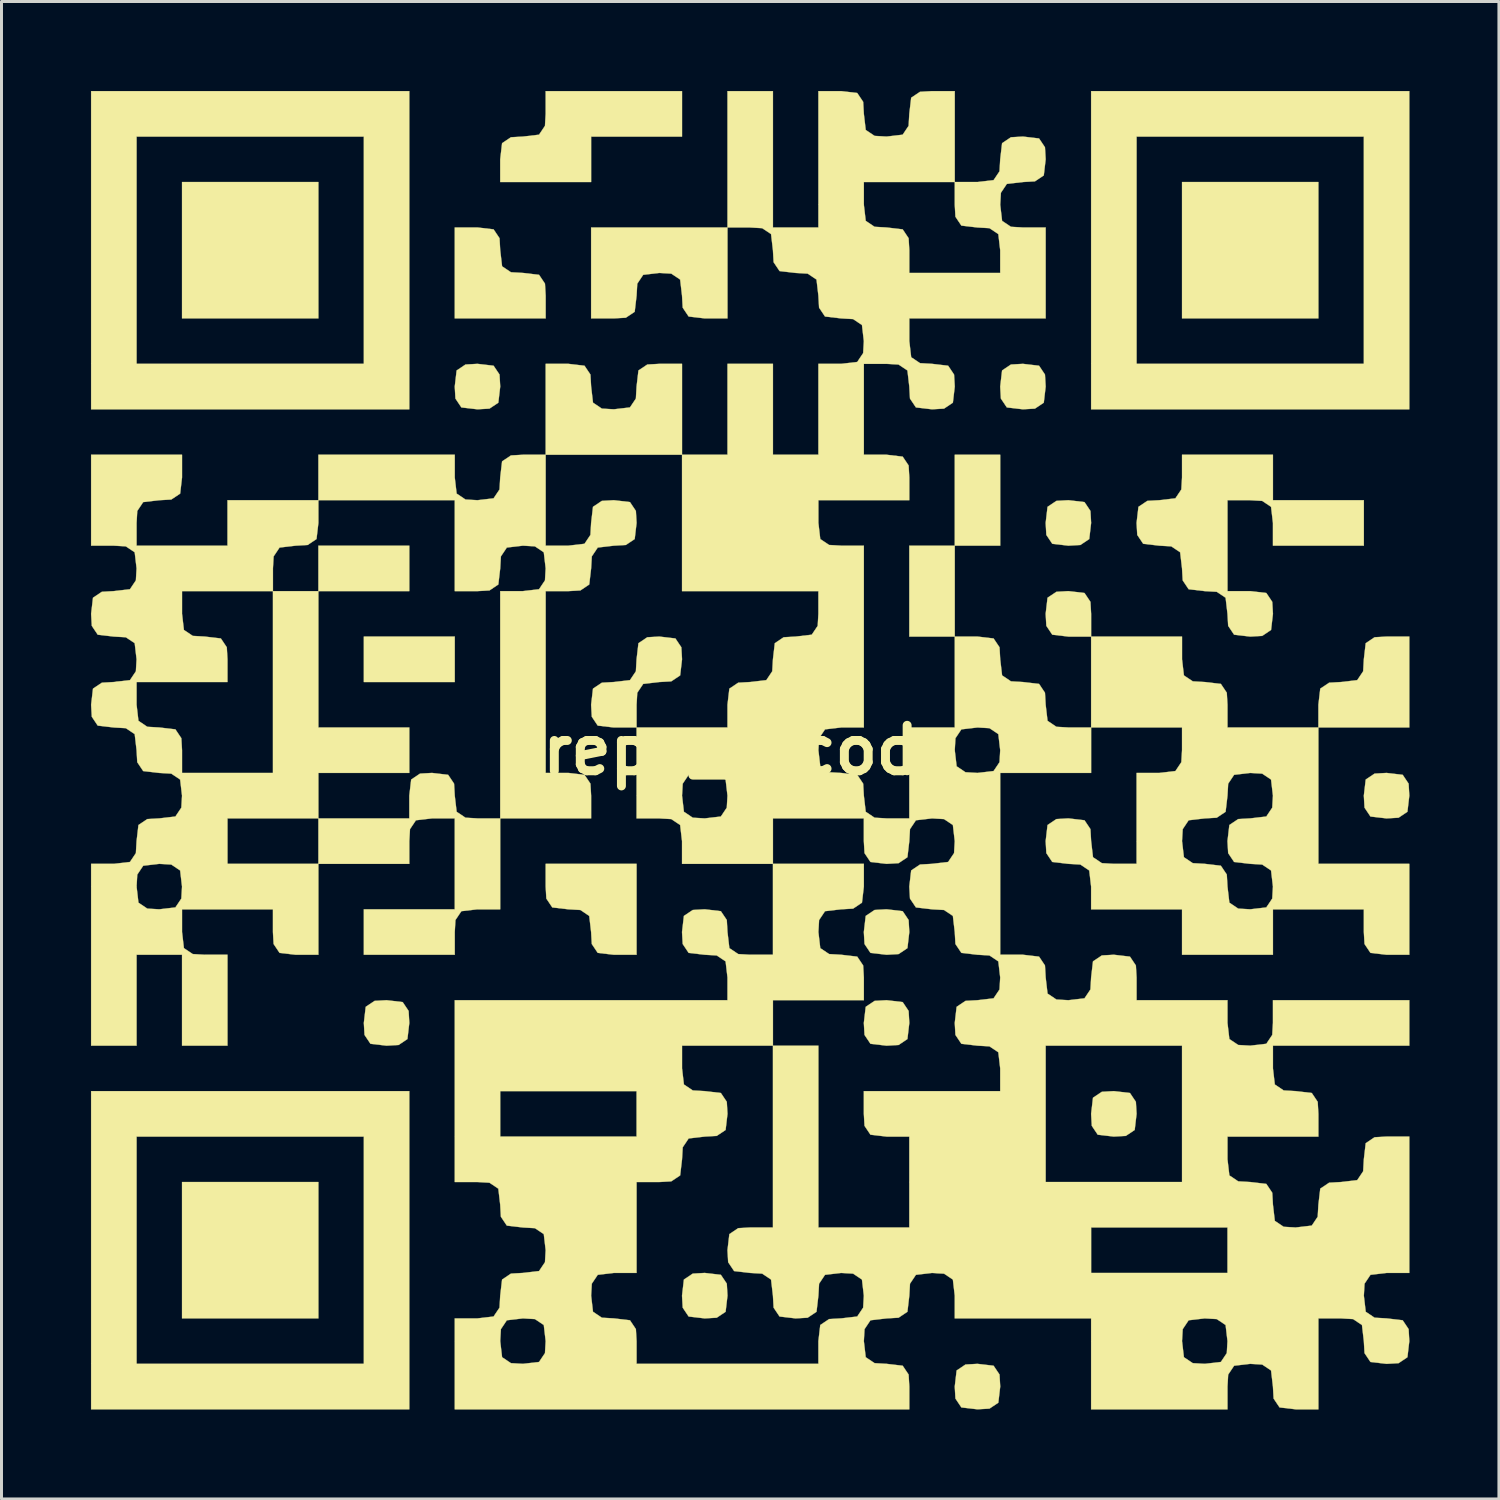
<source format=kicad_pcb>
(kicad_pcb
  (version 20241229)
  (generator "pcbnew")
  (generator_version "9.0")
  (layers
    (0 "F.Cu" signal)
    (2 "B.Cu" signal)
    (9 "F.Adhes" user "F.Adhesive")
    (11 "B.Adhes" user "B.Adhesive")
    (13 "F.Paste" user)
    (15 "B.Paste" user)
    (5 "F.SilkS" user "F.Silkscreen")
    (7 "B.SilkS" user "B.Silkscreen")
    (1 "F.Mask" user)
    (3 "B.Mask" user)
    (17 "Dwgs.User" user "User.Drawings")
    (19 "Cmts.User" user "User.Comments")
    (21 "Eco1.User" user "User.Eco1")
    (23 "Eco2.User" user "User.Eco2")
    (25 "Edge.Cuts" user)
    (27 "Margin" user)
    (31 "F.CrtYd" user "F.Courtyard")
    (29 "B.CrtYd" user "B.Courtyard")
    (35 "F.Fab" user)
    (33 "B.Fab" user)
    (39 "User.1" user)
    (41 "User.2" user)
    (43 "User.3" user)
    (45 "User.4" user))
  (footprint "repo_qrcode"
    (layer "F.Cu")
    (at 22.103 22.103)
    (property "Reference" "repo_qrcode" (at 0 0 0) (layer "F.SilkS") (effects (font (size 1.524 1.524) (thickness 0.3))))
    (attr through_hole)
    (fp_poly (pts (xy -14.478 -14.478) (xy -19.05 -14.478) (xy -19.05 -19.05) (xy -14.478 -19.05) (xy -14.478 -14.478)) (stroke (width 0.01) (type solid)) (fill yes) (layer "F.SilkS"))
    (fp_poly (pts (xy -14.478 19.05) (xy -19.05 19.05) (xy -19.05 14.478) (xy -14.478 14.478) (xy -14.478 19.05)) (stroke (width 0.01) (type solid)) (fill yes) (layer "F.SilkS"))
    (fp_poly (pts (xy -11.43 -5.334) (xy -14.478 -5.334) (xy -14.478 -6.858) (xy -11.43 -6.858) (xy -11.43 -5.334)) (stroke (width 0.01) (type solid)) (fill yes) (layer "F.SilkS"))
    (fp_poly (pts (xy -9.906 -2.286) (xy -12.954 -2.286) (xy -12.954 -3.81) (xy -9.906 -3.81) (xy -9.906 -2.286)) (stroke (width 0.01) (type solid)) (fill yes) (layer "F.SilkS"))
    (fp_poly (pts (xy 6.858 -9.906) (xy 8.382 -9.906) (xy 8.382 -6.858) (xy 6.858 -6.858) (xy 6.858 -9.906)) (stroke (width 0.01) (type solid)) (fill yes) (layer "F.SilkS"))
    (fp_poly (pts (xy 6.858 -3.81) (xy 5.334 -3.81) (xy 5.334 -6.858) (xy 6.858 -6.858) (xy 6.858 -3.81)) (stroke (width 0.01) (type solid)) (fill yes) (layer "F.SilkS"))
    (fp_poly (pts (xy 19.05 -14.478) (xy 14.478 -14.478) (xy 14.478 -19.05) (xy 19.05 -19.05) (xy 19.05 -14.478)) (stroke (width 0.01) (type solid)) (fill yes) (layer "F.SilkS"))
    (fp_poly (pts (xy -11.43 -11.43) (xy -22.098 -11.43) (xy -22.098 -20.574) (xy -20.574 -20.574) (xy -20.574 -12.954) (xy -12.954 -12.954) (xy -12.954 -20.574) (xy -20.574 -20.574) (xy -22.098 -20.574) (xy -22.098 -22.098) (xy -11.43 -22.098) (xy -11.43 -11.43)) (stroke (width 0.01) (type solid)) (fill yes) (layer "F.SilkS"))
    (fp_poly (pts (xy -11.43 22.098) (xy -22.098 22.098) (xy -22.098 12.954) (xy -20.574 12.954) (xy -20.574 20.574) (xy -12.954 20.574) (xy -12.954 12.954) (xy -20.574 12.954) (xy -22.098 12.954) (xy -22.098 11.43) (xy -11.43 11.43) (xy -11.43 22.098)) (stroke (width 0.01) (type solid)) (fill yes) (layer "F.SilkS"))
    (fp_poly (pts (xy 10.668 -3.81) (xy 10.128 -3.873) (xy 9.929 -4.17) (xy 9.906 -4.572) (xy 9.969 -5.112) (xy 10.266 -5.311) (xy 10.668 -5.334) (xy 11.208 -5.271) (xy 11.407 -4.974) (xy 11.43 -4.572) (xy 11.43 -3.81) (xy 10.668 -3.81)) (stroke (width 0.01) (type solid)) (fill yes) (layer "F.SilkS"))
    (fp_poly (pts (xy 22.098 -11.43) (xy 11.43 -11.43) (xy 11.43 -20.574) (xy 12.954 -20.574) (xy 12.954 -12.954) (xy 20.574 -12.954) (xy 20.574 -20.574) (xy 12.954 -20.574) (xy 11.43 -20.574) (xy 11.43 -22.098) (xy 22.098 -22.098) (xy 22.098 -11.43)) (stroke (width 0.01) (type solid)) (fill yes) (layer "F.SilkS"))
    (fp_poly (pts (xy -11.652 8.445) (xy -11.453 8.742) (xy -11.43 9.144) (xy -11.493 9.684) (xy -11.79 9.883) (xy -12.192 9.906) (xy -12.732 9.843) (xy -12.931 9.546) (xy -12.954 9.144) (xy -12.891 8.604) (xy -12.594 8.405) (xy -12.192 8.382) (xy -11.652 8.445)) (stroke (width 0.01) (type solid)) (fill yes) (layer "F.SilkS"))
    (fp_poly (pts (xy -8.604 -12.891) (xy -8.405 -12.594) (xy -8.382 -12.192) (xy -8.445 -11.652) (xy -8.742 -11.453) (xy -9.144 -11.43) (xy -9.684 -11.493) (xy -9.883 -11.79) (xy -9.906 -12.192) (xy -9.843 -12.732) (xy -9.546 -12.931) (xy -9.144 -12.954) (xy -8.604 -12.891)) (stroke (width 0.01) (type solid)) (fill yes) (layer "F.SilkS"))
    (fp_poly (pts (xy -0.984 17.589) (xy -0.785 17.886) (xy -0.762 18.288) (xy -0.825 18.828) (xy -1.122 19.027) (xy -1.524 19.05) (xy -2.064 18.987) (xy -2.263 18.69) (xy -2.286 18.288) (xy -2.223 17.748) (xy -1.926 17.549) (xy -1.524 17.526) (xy -0.984 17.589)) (stroke (width 0.01) (type solid)) (fill yes) (layer "F.SilkS"))
    (fp_poly (pts (xy 5.112 5.397) (xy 5.311 5.694) (xy 5.334 6.096) (xy 5.271 6.636) (xy 4.974 6.835) (xy 4.572 6.858) (xy 4.032 6.795) (xy 3.833 6.498) (xy 3.81 6.096) (xy 3.873 5.556) (xy 4.17 5.357) (xy 4.572 5.334) (xy 5.112 5.397)) (stroke (width 0.01) (type solid)) (fill yes) (layer "F.SilkS"))
    (fp_poly (pts (xy 5.112 8.445) (xy 5.311 8.742) (xy 5.334 9.144) (xy 5.271 9.684) (xy 4.974 9.883) (xy 4.572 9.906) (xy 4.032 9.843) (xy 3.833 9.546) (xy 3.81 9.144) (xy 3.873 8.604) (xy 4.17 8.405) (xy 4.572 8.382) (xy 5.112 8.445)) (stroke (width 0.01) (type solid)) (fill yes) (layer "F.SilkS"))
    (fp_poly (pts (xy 8.16 20.637) (xy 8.359 20.934) (xy 8.382 21.336) (xy 8.319 21.876) (xy 8.022 22.075) (xy 7.62 22.098) (xy 7.08 22.035) (xy 6.881 21.738) (xy 6.858 21.336) (xy 6.921 20.796) (xy 7.218 20.597) (xy 7.62 20.574) (xy 8.16 20.637)) (stroke (width 0.01) (type solid)) (fill yes) (layer "F.SilkS"))
    (fp_poly (pts (xy 9.684 -12.891) (xy 9.883 -12.594) (xy 9.906 -12.192) (xy 9.843 -11.652) (xy 9.546 -11.453) (xy 9.144 -11.43) (xy 8.604 -11.493) (xy 8.405 -11.79) (xy 8.382 -12.192) (xy 8.445 -12.732) (xy 8.742 -12.931) (xy 9.144 -12.954) (xy 9.684 -12.891)) (stroke (width 0.01) (type solid)) (fill yes) (layer "F.SilkS"))
    (fp_poly (pts (xy 11.208 -8.319) (xy 11.407 -8.022) (xy 11.43 -7.62) (xy 11.367 -7.08) (xy 11.07 -6.881) (xy 10.668 -6.858) (xy 10.128 -6.921) (xy 9.929 -7.218) (xy 9.906 -7.62) (xy 9.969 -8.16) (xy 10.266 -8.359) (xy 10.668 -8.382) (xy 11.208 -8.319)) (stroke (width 0.01) (type solid)) (fill yes) (layer "F.SilkS"))
    (fp_poly (pts (xy 12.732 11.493) (xy 12.931 11.79) (xy 12.954 12.192) (xy 12.891 12.732) (xy 12.594 12.931) (xy 12.192 12.954) (xy 11.652 12.891) (xy 11.453 12.594) (xy 11.43 12.192) (xy 11.493 11.652) (xy 11.79 11.453) (xy 12.192 11.43) (xy 12.732 11.493)) (stroke (width 0.01) (type solid)) (fill yes) (layer "F.SilkS"))
    (fp_poly (pts (xy 21.876 0.825) (xy 22.075 1.122) (xy 22.098 1.524) (xy 22.035 2.064) (xy 21.738 2.263) (xy 21.336 2.286) (xy 20.796 2.223) (xy 20.597 1.926) (xy 20.574 1.524) (xy 20.637 0.984) (xy 20.934 0.785) (xy 21.336 0.762) (xy 21.876 0.825)) (stroke (width 0.01) (type solid)) (fill yes) (layer "F.SilkS"))
    (fp_poly (pts (xy -8.604 -17.463) (xy -8.405 -17.166) (xy -8.382 -16.764) (xy -8.319 -16.224) (xy -8.022 -16.025) (xy -7.62 -16.002) (xy -7.08 -15.939) (xy -6.881 -15.642) (xy -6.858 -15.24) (xy -6.858 -14.478) (xy -9.906 -14.478) (xy -9.906 -17.526) (xy -9.144 -17.526) (xy -8.604 -17.463)) (stroke (width 0.01) (type solid)) (fill yes) (layer "F.SilkS"))
    (fp_poly (pts (xy -3.81 6.858) (xy -4.572 6.858) (xy -5.112 6.795) (xy -5.311 6.498) (xy -5.334 6.096) (xy -5.397 5.556) (xy -5.694 5.357) (xy -6.096 5.334) (xy -6.636 5.271) (xy -6.835 4.974) (xy -6.858 4.572) (xy -6.858 3.81) (xy -3.81 3.81) (xy -3.81 6.858)) (stroke (width 0.01) (type solid)) (fill yes) (layer "F.SilkS"))
    (fp_poly (pts (xy -2.286 -20.574) (xy -5.334 -20.574) (xy -5.334 -19.05) (xy -8.382 -19.05) (xy -8.382 -19.812) (xy -8.319 -20.352) (xy -8.022 -20.551) (xy -7.62 -20.574) (xy -7.08 -20.637) (xy -6.881 -20.934) (xy -6.858 -21.336) (xy -6.858 -22.098) (xy -2.286 -22.098) (xy -2.286 -20.574)) (stroke (width 0.01) (type solid)) (fill yes) (layer "F.SilkS"))
    (fp_poly (pts (xy 19.05 -1.524) (xy 19.113 -2.064) (xy 19.41 -2.263) (xy 19.812 -2.286) (xy 20.352 -2.349) (xy 20.551 -2.646) (xy 20.574 -3.048) (xy 20.637 -3.588) (xy 20.934 -3.787) (xy 21.336 -3.81) (xy 22.098 -3.81) (xy 22.098 -0.762) (xy 19.05 -0.762) (xy 19.05 -1.524)) (stroke (width 0.01) (type solid)) (fill yes) (layer "F.SilkS"))
    (fp_poly (pts (xy -6.858 -12.954) (xy -6.096 -12.954) (xy -5.556 -12.891) (xy -5.357 -12.594) (xy -5.334 -12.192) (xy -5.271 -11.652) (xy -4.974 -11.453) (xy -4.572 -11.43) (xy -4.032 -11.493) (xy -3.833 -11.79) (xy -3.81 -12.192) (xy -3.747 -12.732) (xy -3.45 -12.931) (xy -3.048 -12.954) (xy -2.286 -12.954) (xy -2.286 -9.906) (xy -6.858 -9.906) (xy -6.858 -12.954)) (stroke (width 0.01) (type solid)) (fill yes) (layer "F.SilkS"))
    (fp_poly (pts (xy -0.762 -14.478) (xy -1.524 -14.478) (xy -2.064 -14.541) (xy -2.263 -14.838) (xy -2.286 -15.24) (xy -2.349 -15.78) (xy -2.646 -15.979) (xy -3.048 -16.002) (xy -3.588 -15.939) (xy -3.787 -15.642) (xy -3.81 -15.24) (xy -3.873 -14.7) (xy -4.17 -14.501) (xy -4.572 -14.478) (xy -5.334 -14.478) (xy -5.334 -17.526) (xy -0.762 -17.526) (xy -0.762 -14.478)) (stroke (width 0.01) (type solid)) (fill yes) (layer "F.SilkS"))
    (fp_poly (pts (xy -4.572 -0.762) (xy -5.112 -0.825) (xy -5.311 -1.122) (xy -5.334 -1.524) (xy -5.271 -2.064) (xy -4.974 -2.263) (xy -4.572 -2.286) (xy -4.032 -2.349) (xy -3.833 -2.646) (xy -3.81 -3.048) (xy -3.747 -3.588) (xy -3.45 -3.787) (xy -3.048 -3.81) (xy -2.508 -3.747) (xy -2.309 -3.45) (xy -2.286 -3.048) (xy -2.349 -2.508) (xy -2.646 -2.309) (xy -3.048 -2.286) (xy -3.588 -2.223) (xy -3.787 -1.926) (xy -3.81 -1.524) (xy -3.81 -0.762) (xy -4.572 -0.762)) (stroke (width 0.01) (type solid)) (fill yes) (layer "F.SilkS"))
    (fp_poly (pts (xy 17.526 -8.382) (xy 20.574 -8.382) (xy 20.574 -6.858) (xy 17.526 -6.858) (xy 17.526 -7.62) (xy 17.463 -8.16) (xy 17.166 -8.359) (xy 16.764 -8.382) (xy 16.002 -8.382) (xy 16.002 -5.334) (xy 16.764 -5.334) (xy 17.304 -5.271) (xy 17.503 -4.974) (xy 17.526 -4.572) (xy 17.463 -4.032) (xy 17.166 -3.833) (xy 16.764 -3.81) (xy 16.224 -3.873) (xy 16.025 -4.17) (xy 16.002 -4.572) (xy 15.939 -5.112) (xy 15.642 -5.311) (xy 15.24 -5.334) (xy 14.7 -5.397) (xy 14.501 -5.694) (xy 14.478 -6.096) (xy 14.415 -6.636) (xy 14.118 -6.835) (xy 13.716 -6.858) (xy 13.176 -6.921) (xy 12.977 -7.218) (xy 12.954 -7.62) (xy 13.017 -8.16) (xy 13.314 -8.359) (xy 13.716 -8.382) (xy 14.256 -8.445) (xy 14.455 -8.742) (xy 14.478 -9.144) (xy 14.478 -9.906) (xy 17.526 -9.906) (xy 17.526 -8.382)) (stroke (width 0.01) (type solid)) (fill yes) (layer "F.SilkS"))
    (fp_poly (pts (xy 14.478 -3.81) (xy 14.478 -3.048) (xy 14.541 -2.508) (xy 14.838 -2.309) (xy 15.24 -2.286) (xy 15.78 -2.223) (xy 15.979 -1.926) (xy 16.002 -1.524) (xy 16.002 -0.762) (xy 19.05 -0.762) (xy 19.05 3.81) (xy 22.098 3.81) (xy 22.098 6.858) (xy 21.336 6.858) (xy 20.796 6.795) (xy 20.597 6.498) (xy 20.574 6.096) (xy 20.574 5.334) (xy 17.526 5.334) (xy 17.526 6.858) (xy 14.478 6.858) (xy 14.478 5.334) (xy 11.43 5.334) (xy 11.43 4.572) (xy 11.367 4.032) (xy 11.07 3.833) (xy 10.668 3.81) (xy 10.128 3.747) (xy 9.929 3.45) (xy 9.906 3.048) (xy 9.969 2.508) (xy 10.266 2.309) (xy 10.668 2.286) (xy 11.208 2.349) (xy 11.407 2.646) (xy 11.43 3.048) (xy 11.493 3.588) (xy 11.79 3.787) (xy 12.192 3.81) (xy 12.954 3.81) (xy 12.954 3.048) (xy 14.478 3.048) (xy 14.541 3.588) (xy 14.838 3.787) (xy 15.24 3.81) (xy 15.78 3.873) (xy 15.979 4.17) (xy 16.002 4.572) (xy 16.065 5.112) (xy 16.362 5.311) (xy 16.764 5.334) (xy 17.304 5.271) (xy 17.503 4.974) (xy 17.526 4.572) (xy 17.463 4.032) (xy 17.166 3.833) (xy 16.764 3.81) (xy 16.224 3.747) (xy 16.025 3.45) (xy 16.002 3.048) (xy 16.065 2.508) (xy 16.362 2.309) (xy 16.764 2.286) (xy 17.304 2.223) (xy 17.503 1.926) (xy 17.526 1.524) (xy 17.463 0.984) (xy 17.166 0.785) (xy 16.764 0.762) (xy 16.224 0.825) (xy 16.025 1.122) (xy 16.002 1.524) (xy 15.939 2.064) (xy 15.642 2.263) (xy 15.24 2.286) (xy 14.7 2.349) (xy 14.501 2.646) (xy 14.478 3.048) (xy 12.954 3.048) (xy 12.954 0.762) (xy 13.716 0.762) (xy 14.256 0.699) (xy 14.455 0.402) (xy 14.478 0) (xy 14.478 -0.762) (xy 11.43 -0.762) (xy 11.43 -3.81) (xy 14.478 -3.81)) (stroke (width 0.01) (type solid)) (fill yes) (layer "F.SilkS"))
    (fp_poly (pts (xy -6.858 -6.858) (xy -6.096 -6.858) (xy -5.556 -6.921) (xy -5.357 -7.218) (xy -5.334 -7.62) (xy -5.271 -8.16) (xy -4.974 -8.359) (xy -4.572 -8.382) (xy -4.032 -8.319) (xy -3.833 -8.022) (xy -3.81 -7.62) (xy -3.873 -7.08) (xy -4.17 -6.881) (xy -4.572 -6.858) (xy -5.112 -6.795) (xy -5.311 -6.498) (xy -5.334 -6.096) (xy -5.397 -5.556) (xy -5.694 -5.357) (xy -6.096 -5.334) (xy -6.858 -5.334) (xy -6.858 0.762) (xy -6.096 0.762) (xy -5.556 0.825) (xy -5.357 1.122) (xy -5.334 1.524) (xy -5.334 2.286) (xy -8.382 2.286) (xy -8.382 5.334) (xy -9.144 5.334) (xy -9.684 5.397) (xy -9.883 5.694) (xy -9.906 6.096) (xy -9.906 6.858) (xy -12.954 6.858) (xy -12.954 5.334) (xy -9.906 5.334) (xy -9.906 2.286) (xy -10.668 2.286) (xy -11.208 2.349) (xy -11.407 2.646) (xy -11.43 3.048) (xy -11.43 3.81) (xy -14.478 3.81) (xy -14.478 6.858) (xy -15.24 6.858) (xy -15.78 6.795) (xy -15.979 6.498) (xy -16.002 6.096) (xy -16.002 5.334) (xy -19.05 5.334) (xy -19.05 6.096) (xy -18.987 6.636) (xy -18.69 6.835) (xy -18.288 6.858) (xy -17.526 6.858) (xy -17.526 9.906) (xy -19.05 9.906) (xy -19.05 6.858) (xy -20.574 6.858) (xy -20.574 9.906) (xy -22.098 9.906) (xy -22.098 4.572) (xy -20.574 4.572) (xy -20.511 5.112) (xy -20.214 5.311) (xy -19.812 5.334) (xy -19.272 5.271) (xy -19.073 4.974) (xy -19.05 4.572) (xy -19.113 4.032) (xy -19.41 3.833) (xy -19.812 3.81) (xy -20.352 3.873) (xy -20.551 4.17) (xy -20.574 4.572) (xy -22.098 4.572) (xy -22.098 3.81) (xy -21.336 3.81) (xy -20.796 3.747) (xy -20.597 3.45) (xy -20.574 3.048) (xy -20.511 2.508) (xy -20.214 2.309) (xy -19.812 2.286) (xy -17.526 2.286) (xy -17.526 3.81) (xy -14.478 3.81) (xy -14.478 2.286) (xy -17.526 2.286) (xy -19.812 2.286) (xy -19.272 2.223) (xy -19.073 1.926) (xy -19.05 1.524) (xy -19.113 0.984) (xy -19.41 0.785) (xy -19.812 0.762) (xy -20.352 0.699) (xy -20.551 0.402) (xy -20.574 0) (xy -20.637 -0.54) (xy -20.934 -0.739) (xy -21.336 -0.762) (xy -21.876 -0.825) (xy -22.075 -1.122) (xy -22.098 -1.524) (xy -22.035 -2.064) (xy -21.738 -2.263) (xy -21.336 -2.286) (xy -20.574 -2.286) (xy -20.574 -1.524) (xy -20.511 -0.984) (xy -20.214 -0.785) (xy -19.812 -0.762) (xy -19.272 -0.699) (xy -19.073 -0.402) (xy -19.05 0) (xy -19.05 0.762) (xy -16.002 0.762) (xy -16.002 -5.334) (xy -19.05 -5.334) (xy -19.05 -4.572) (xy -18.987 -4.032) (xy -18.69 -3.833) (xy -18.288 -3.81) (xy -17.748 -3.747) (xy -17.549 -3.45) (xy -17.526 -3.048) (xy -17.526 -2.286) (xy -20.574 -2.286) (xy -21.336 -2.286) (xy -20.796 -2.349) (xy -20.597 -2.646) (xy -20.574 -3.048) (xy -20.637 -3.588) (xy -20.934 -3.787) (xy -21.336 -3.81) (xy -21.876 -3.873) (xy -22.075 -4.17) (xy -22.098 -4.572) (xy -22.035 -5.112) (xy -21.738 -5.311) (xy -21.336 -5.334) (xy -20.796 -5.397) (xy -20.597 -5.694) (xy -20.574 -6.096) (xy -16.002 -6.096) (xy -16.002 -5.334) (xy -14.478 -5.334) (xy -14.478 -0.762) (xy -11.43 -0.762) (xy -11.43 0.762) (xy -14.478 0.762) (xy -14.478 2.286) (xy -11.43 2.286) (xy -11.43 1.524) (xy -11.367 0.984) (xy -11.07 0.785) (xy -10.668 0.762) (xy -10.128 0.825) (xy -9.929 1.122) (xy -9.906 1.524) (xy -9.843 2.064) (xy -9.546 2.263) (xy -9.144 2.286) (xy -8.382 2.286) (xy -8.382 -5.334) (xy -7.62 -5.334) (xy -7.08 -5.397) (xy -6.881 -5.694) (xy -6.858 -6.096) (xy -6.921 -6.636) (xy -7.218 -6.835) (xy -7.62 -6.858) (xy -8.16 -6.795) (xy -8.359 -6.498) (xy -8.382 -6.096) (xy -8.445 -5.556) (xy -8.742 -5.357) (xy -9.144 -5.334) (xy -9.906 -5.334) (xy -9.906 -8.382) (xy -14.478 -8.382) (xy -14.478 -7.62) (xy -14.541 -7.08) (xy -14.838 -6.881) (xy -15.24 -6.858) (xy -15.78 -6.795) (xy -15.979 -6.498) (xy -16.002 -6.096) (xy -20.574 -6.096) (xy -20.637 -6.636) (xy -20.934 -6.835) (xy -21.336 -6.858) (xy -22.098 -6.858) (xy -22.098 -9.906) (xy -19.05 -9.906) (xy -19.05 -9.144) (xy -19.113 -8.604) (xy -19.41 -8.405) (xy -19.812 -8.382) (xy -20.352 -8.319) (xy -20.551 -8.022) (xy -20.574 -7.62) (xy -20.574 -6.858) (xy -17.526 -6.858) (xy -17.526 -8.382) (xy -14.478 -8.382) (xy -14.478 -9.906) (xy -9.906 -9.906) (xy -9.906 -9.144) (xy -9.843 -8.604) (xy -9.546 -8.405) (xy -9.144 -8.382) (xy -8.604 -8.445) (xy -8.405 -8.742) (xy -8.382 -9.144) (xy -8.319 -9.684) (xy -8.022 -9.883) (xy -7.62 -9.906) (xy -6.858 -9.906) (xy -6.858 -6.858)) (stroke (width 0.01) (type solid)) (fill yes) (layer "F.SilkS"))
    (fp_poly (pts (xy 7.62 -3.81) (xy 8.16 -3.747) (xy 8.359 -3.45) (xy 8.382 -3.048) (xy 8.445 -2.508) (xy 8.742 -2.309) (xy 9.144 -2.286) (xy 9.684 -2.223) (xy 9.883 -1.926) (xy 9.906 -1.524) (xy 9.969 -0.984) (xy 10.266 -0.785) (xy 10.668 -0.762) (xy 11.43 -0.762) (xy 11.43 0.762) (xy 8.382 0.762) (xy 8.382 6.858) (xy 9.144 6.858) (xy 9.684 6.921) (xy 9.883 7.218) (xy 9.906 7.62) (xy 9.969 8.16) (xy 10.266 8.359) (xy 10.668 8.382) (xy 11.208 8.319) (xy 11.407 8.022) (xy 11.43 7.62) (xy 11.493 7.08) (xy 11.79 6.881) (xy 12.192 6.858) (xy 12.732 6.921) (xy 12.931 7.218) (xy 12.954 7.62) (xy 12.954 8.382) (xy 16.002 8.382) (xy 16.002 9.144) (xy 16.065 9.684) (xy 16.362 9.883) (xy 16.764 9.906) (xy 17.304 9.843) (xy 17.503 9.546) (xy 17.526 9.144) (xy 17.526 8.382) (xy 22.098 8.382) (xy 22.098 9.906) (xy 17.526 9.906) (xy 17.526 10.668) (xy 17.589 11.208) (xy 17.886 11.407) (xy 18.288 11.43) (xy 18.828 11.493) (xy 19.027 11.79) (xy 19.05 12.192) (xy 19.05 12.954) (xy 16.002 12.954) (xy 16.002 13.716) (xy 16.065 14.256) (xy 16.362 14.455) (xy 16.764 14.478) (xy 17.304 14.541) (xy 17.503 14.838) (xy 17.526 15.24) (xy 17.589 15.78) (xy 17.886 15.979) (xy 18.288 16.002) (xy 18.828 15.939) (xy 19.027 15.642) (xy 19.05 15.24) (xy 19.113 14.7) (xy 19.41 14.501) (xy 19.812 14.478) (xy 20.352 14.415) (xy 20.551 14.118) (xy 20.574 13.716) (xy 20.637 13.176) (xy 20.934 12.977) (xy 21.336 12.954) (xy 22.098 12.954) (xy 22.098 17.526) (xy 21.336 17.526) (xy 20.796 17.589) (xy 20.597 17.886) (xy 20.574 18.288) (xy 20.637 18.828) (xy 20.934 19.027) (xy 21.336 19.05) (xy 21.876 19.113) (xy 22.075 19.41) (xy 22.098 19.812) (xy 22.035 20.352) (xy 21.738 20.551) (xy 21.336 20.574) (xy 20.796 20.511) (xy 20.597 20.214) (xy 20.574 19.812) (xy 20.511 19.272) (xy 20.214 19.073) (xy 19.812 19.05) (xy 19.05 19.05) (xy 19.05 22.098) (xy 18.288 22.098) (xy 17.748 22.035) (xy 17.549 21.738) (xy 17.526 21.336) (xy 17.463 20.796) (xy 17.166 20.597) (xy 16.764 20.574) (xy 16.224 20.637) (xy 16.025 20.934) (xy 16.002 21.336) (xy 16.002 22.098) (xy 11.43 22.098) (xy 11.43 19.812) (xy 14.478 19.812) (xy 14.541 20.352) (xy 14.838 20.551) (xy 15.24 20.574) (xy 15.78 20.511) (xy 15.979 20.214) (xy 16.002 19.812) (xy 15.939 19.272) (xy 15.642 19.073) (xy 15.24 19.05) (xy 14.7 19.113) (xy 14.501 19.41) (xy 14.478 19.812) (xy 11.43 19.812) (xy 11.43 19.05) (xy 6.858 19.05) (xy 6.858 18.288) (xy 6.795 17.748) (xy 6.498 17.549) (xy 6.096 17.526) (xy 5.556 17.589) (xy 5.357 17.886) (xy 5.334 18.288) (xy 5.271 18.828) (xy 4.974 19.027) (xy 4.572 19.05) (xy 4.032 19.113) (xy 3.833 19.41) (xy 3.81 19.812) (xy 3.873 20.352) (xy 4.17 20.551) (xy 4.572 20.574) (xy 5.112 20.637) (xy 5.311 20.934) (xy 5.334 21.336) (xy 5.334 22.098) (xy -9.906 22.098) (xy -9.906 19.812) (xy -8.382 19.812) (xy -8.319 20.352) (xy -8.022 20.551) (xy -7.62 20.574) (xy -7.08 20.511) (xy -6.881 20.214) (xy -6.858 19.812) (xy -6.921 19.272) (xy -7.218 19.073) (xy -7.62 19.05) (xy -8.16 19.113) (xy -8.359 19.41) (xy -8.382 19.812) (xy -9.906 19.812) (xy -9.906 19.05) (xy -9.144 19.05) (xy -8.604 18.987) (xy -8.405 18.69) (xy -8.382 18.288) (xy -5.334 18.288) (xy -5.271 18.828) (xy -4.974 19.027) (xy -4.572 19.05) (xy -4.032 19.113) (xy -3.833 19.41) (xy -3.81 19.812) (xy -3.81 20.574) (xy 2.286 20.574) (xy 2.286 19.812) (xy 2.349 19.272) (xy 2.646 19.073) (xy 3.048 19.05) (xy 3.588 18.987) (xy 3.787 18.69) (xy 3.81 18.288) (xy 3.747 17.748) (xy 3.45 17.549) (xy 3.048 17.526) (xy 2.508 17.589) (xy 2.309 17.886) (xy 2.286 18.288) (xy 2.223 18.828) (xy 1.926 19.027) (xy 1.524 19.05) (xy 0.984 18.987) (xy 0.785 18.69) (xy 0.762 18.288) (xy 0.699 17.748) (xy 0.402 17.549) (xy 0 17.526) (xy -0.54 17.463) (xy -0.739 17.166) (xy -0.762 16.764) (xy -0.699 16.224) (xy -0.402 16.025) (xy 0 16.002) (xy 0.762 16.002) (xy 0.762 9.906) (xy -2.286 9.906) (xy -2.286 10.668) (xy -2.223 11.208) (xy -1.926 11.407) (xy -1.524 11.43) (xy -0.984 11.493) (xy -0.785 11.79) (xy -0.762 12.192) (xy -0.825 12.732) (xy -1.122 12.931) (xy -1.524 12.954) (xy -2.064 13.017) (xy -2.263 13.314) (xy -2.286 13.716) (xy -2.349 14.256) (xy -2.646 14.455) (xy -3.048 14.478) (xy -3.81 14.478) (xy -3.81 17.526) (xy -4.572 17.526) (xy -5.112 17.589) (xy -5.311 17.886) (xy -5.334 18.288) (xy -8.382 18.288) (xy -8.319 17.748) (xy -8.022 17.549) (xy -7.62 17.526) (xy -7.08 17.463) (xy -6.881 17.166) (xy -6.858 16.764) (xy -6.921 16.224) (xy -7.218 16.025) (xy -7.62 16.002) (xy -8.16 15.939) (xy -8.359 15.642) (xy -8.382 15.24) (xy -8.445 14.7) (xy -8.742 14.501) (xy -9.144 14.478) (xy -9.906 14.478) (xy -9.906 11.43) (xy -8.382 11.43) (xy -8.382 12.954) (xy -3.81 12.954) (xy -3.81 11.43) (xy -8.382 11.43) (xy -9.906 11.43) (xy -9.906 8.382) (xy -0.762 8.382) (xy -0.762 7.62) (xy -0.825 7.08) (xy -1.122 6.881) (xy -1.524 6.858) (xy -2.064 6.795) (xy -2.263 6.498) (xy -2.286 6.096) (xy -2.223 5.556) (xy -1.926 5.357) (xy -1.524 5.334) (xy -0.984 5.397) (xy -0.785 5.694) (xy -0.762 6.096) (xy -0.699 6.636) (xy -0.402 6.835) (xy 0 6.858) (xy 0.762 6.858) (xy 0.762 3.81) (xy -2.286 3.81) (xy -2.286 3.048) (xy -2.349 2.508) (xy -2.646 2.309) (xy -3.048 2.286) (xy -3.81 2.286) (xy -3.81 1.524) (xy -2.286 1.524) (xy -2.223 2.064) (xy -1.926 2.263) (xy -1.524 2.286) (xy 0.762 2.286) (xy 0.762 3.81) (xy 3.81 3.81) (xy 3.81 4.572) (xy 3.747 5.112) (xy 3.45 5.311) (xy 3.048 5.334) (xy 2.508 5.397) (xy 2.309 5.694) (xy 2.286 6.096) (xy 2.349 6.636) (xy 2.646 6.835) (xy 3.048 6.858) (xy 3.588 6.921) (xy 3.787 7.218) (xy 3.81 7.62) (xy 3.81 8.382) (xy 0.762 8.382) (xy 0.762 9.906) (xy 2.286 9.906) (xy 2.286 16.002) (xy 5.334 16.002) (xy 11.43 16.002) (xy 11.43 17.526) (xy 16.002 17.526) (xy 16.002 16.002) (xy 11.43 16.002) (xy 5.334 16.002) (xy 5.334 12.954) (xy 4.572 12.954) (xy 4.032 12.891) (xy 3.833 12.594) (xy 3.81 12.192) (xy 3.81 11.43) (xy 8.382 11.43) (xy 8.382 10.668) (xy 8.319 10.128) (xy 8.022 9.929) (xy 7.62 9.906) (xy 9.906 9.906) (xy 9.906 14.478) (xy 14.478 14.478) (xy 14.478 9.906) (xy 9.906 9.906) (xy 7.62 9.906) (xy 7.08 9.843) (xy 6.881 9.546) (xy 6.858 9.144) (xy 6.921 8.604) (xy 7.218 8.405) (xy 7.62 8.382) (xy 8.16 8.319) (xy 8.359 8.022) (xy 8.382 7.62) (xy 8.319 7.08) (xy 8.022 6.881) (xy 7.62 6.858) (xy 7.08 6.795) (xy 6.881 6.498) (xy 6.858 6.096) (xy 6.795 5.556) (xy 6.498 5.357) (xy 6.096 5.334) (xy 5.556 5.271) (xy 5.357 4.974) (xy 5.334 4.572) (xy 5.397 4.032) (xy 5.694 3.833) (xy 6.096 3.81) (xy 6.636 3.747) (xy 6.835 3.45) (xy 6.858 3.048) (xy 6.795 2.508) (xy 6.498 2.309) (xy 6.096 2.286) (xy 5.556 2.349) (xy 5.357 2.646) (xy 5.334 3.048) (xy 5.271 3.588) (xy 4.974 3.787) (xy 4.572 3.81) (xy 4.032 3.747) (xy 3.833 3.45) (xy 3.81 3.048) (xy 3.81 2.286) (xy 0.762 2.286) (xy -1.524 2.286) (xy -0.984 2.223) (xy -0.785 1.926) (xy -0.762 1.524) (xy -0.825 0.984) (xy -1.122 0.785) (xy -1.524 0.762) (xy -2.064 0.825) (xy -2.263 1.122) (xy -2.286 1.524) (xy -3.81 1.524) (xy -3.81 -0.762) (xy -0.762 -0.762) (xy -0.762 -1.524) (xy -0.699 -2.064) (xy -0.402 -2.263) (xy 0 -2.286) (xy 0.54 -2.349) (xy 0.739 -2.646) (xy 0.762 -3.048) (xy 0.825 -3.588) (xy 1.122 -3.787) (xy 1.524 -3.81) (xy 2.064 -3.873) (xy 2.263 -4.17) (xy 2.286 -4.572) (xy 2.286 -5.334) (xy -2.286 -5.334) (xy -2.286 -9.906) (xy -0.762 -9.906) (xy -0.762 -12.954) (xy 0.762 -12.954) (xy 0.762 -9.906) (xy 2.286 -9.906) (xy 2.286 -12.954) (xy 3.048 -12.954) (xy 3.588 -13.017) (xy 3.787 -13.314) (xy 3.81 -13.716) (xy 3.747 -14.256) (xy 3.45 -14.455) (xy 3.048 -14.478) (xy 2.508 -14.541) (xy 2.309 -14.838) (xy 2.286 -15.24) (xy 2.223 -15.78) (xy 1.926 -15.979) (xy 1.524 -16.002) (xy 0.984 -16.065) (xy 0.785 -16.362) (xy 0.762 -16.764) (xy 0.699 -17.304) (xy 0.402 -17.503) (xy 0 -17.526) (xy -0.762 -17.526) (xy -0.762 -22.098) (xy 0.762 -22.098) (xy 0.762 -17.526) (xy 2.286 -17.526) (xy 2.286 -19.05) (xy 3.81 -19.05) (xy 3.81 -18.288) (xy 3.873 -17.748) (xy 4.17 -17.549) (xy 4.572 -17.526) (xy 5.112 -17.463) (xy 5.311 -17.166) (xy 5.334 -16.764) (xy 5.334 -16.002) (xy 8.382 -16.002) (xy 8.382 -16.764) (xy 8.319 -17.304) (xy 8.022 -17.503) (xy 7.62 -17.526) (xy 7.08 -17.589) (xy 6.881 -17.886) (xy 6.858 -18.288) (xy 6.858 -19.05) (xy 3.81 -19.05) (xy 2.286 -19.05) (xy 2.286 -22.098) (xy 3.048 -22.098) (xy 3.588 -22.035) (xy 3.787 -21.738) (xy 3.81 -21.336) (xy 3.873 -20.796) (xy 4.17 -20.597) (xy 4.572 -20.574) (xy 5.112 -20.637) (xy 5.311 -20.934) (xy 5.334 -21.336) (xy 5.397 -21.876) (xy 5.694 -22.075) (xy 6.096 -22.098) (xy 6.858 -22.098) (xy 6.858 -19.05) (xy 7.62 -19.05) (xy 8.16 -19.113) (xy 8.359 -19.41) (xy 8.382 -19.812) (xy 8.445 -20.352) (xy 8.742 -20.551) (xy 9.144 -20.574) (xy 9.684 -20.511) (xy 9.883 -20.214) (xy 9.906 -19.812) (xy 9.843 -19.272) (xy 9.546 -19.073) (xy 9.144 -19.05) (xy 8.604 -18.987) (xy 8.405 -18.69) (xy 8.382 -18.288) (xy 8.445 -17.748) (xy 8.742 -17.549) (xy 9.144 -17.526) (xy 9.906 -17.526) (xy 9.906 -14.478) (xy 5.334 -14.478) (xy 5.334 -13.716) (xy 5.397 -13.176) (xy 5.694 -12.977) (xy 6.096 -12.954) (xy 6.636 -12.891) (xy 6.835 -12.594) (xy 6.858 -12.192) (xy 6.795 -11.652) (xy 6.498 -11.453) (xy 6.096 -11.43) (xy 5.556 -11.493) (xy 5.357 -11.79) (xy 5.334 -12.192) (xy 5.271 -12.732) (xy 4.974 -12.931) (xy 4.572 -12.954) (xy 3.81 -12.954) (xy 3.81 -9.906) (xy 4.572 -9.906) (xy 5.112 -9.843) (xy 5.311 -9.546) (xy 5.334 -9.144) (xy 5.334 -8.382) (xy 2.286 -8.382) (xy 2.286 -7.62) (xy 2.349 -7.08) (xy 2.646 -6.881) (xy 3.048 -6.858) (xy 3.81 -6.858) (xy 3.81 -0.762) (xy 3.048 -0.762) (xy 2.508 -0.699) (xy 2.309 -0.402) (xy 2.286 0) (xy 2.349 0.54) (xy 2.646 0.739) (xy 3.048 0.762) (xy 3.588 0.825) (xy 3.787 1.122) (xy 3.81 1.524) (xy 3.873 2.064) (xy 4.17 2.263) (xy 4.572 2.286) (xy 5.334 2.286) (xy 5.334 0) (xy 6.858 0) (xy 6.921 0.54) (xy 7.218 0.739) (xy 7.62 0.762) (xy 8.16 0.699) (xy 8.359 0.402) (xy 8.382 0) (xy 8.319 -0.54) (xy 8.022 -0.739) (xy 7.62 -0.762) (xy 7.08 -0.699) (xy 6.881 -0.402) (xy 6.858 0) (xy 5.334 0) (xy 5.334 -0.762) (xy 6.858 -0.762) (xy 6.858 -3.81) (xy 7.62 -3.81)) (stroke (width 0.01) (type solid)) (fill yes) (layer "F.SilkS")))
  (gr_rect
    (start -3 -3)
    (end 47.206 47.206)
    (stroke (width 0.1) (type default))
    (fill no)
    (layer "Edge.Cuts")))
</source>
